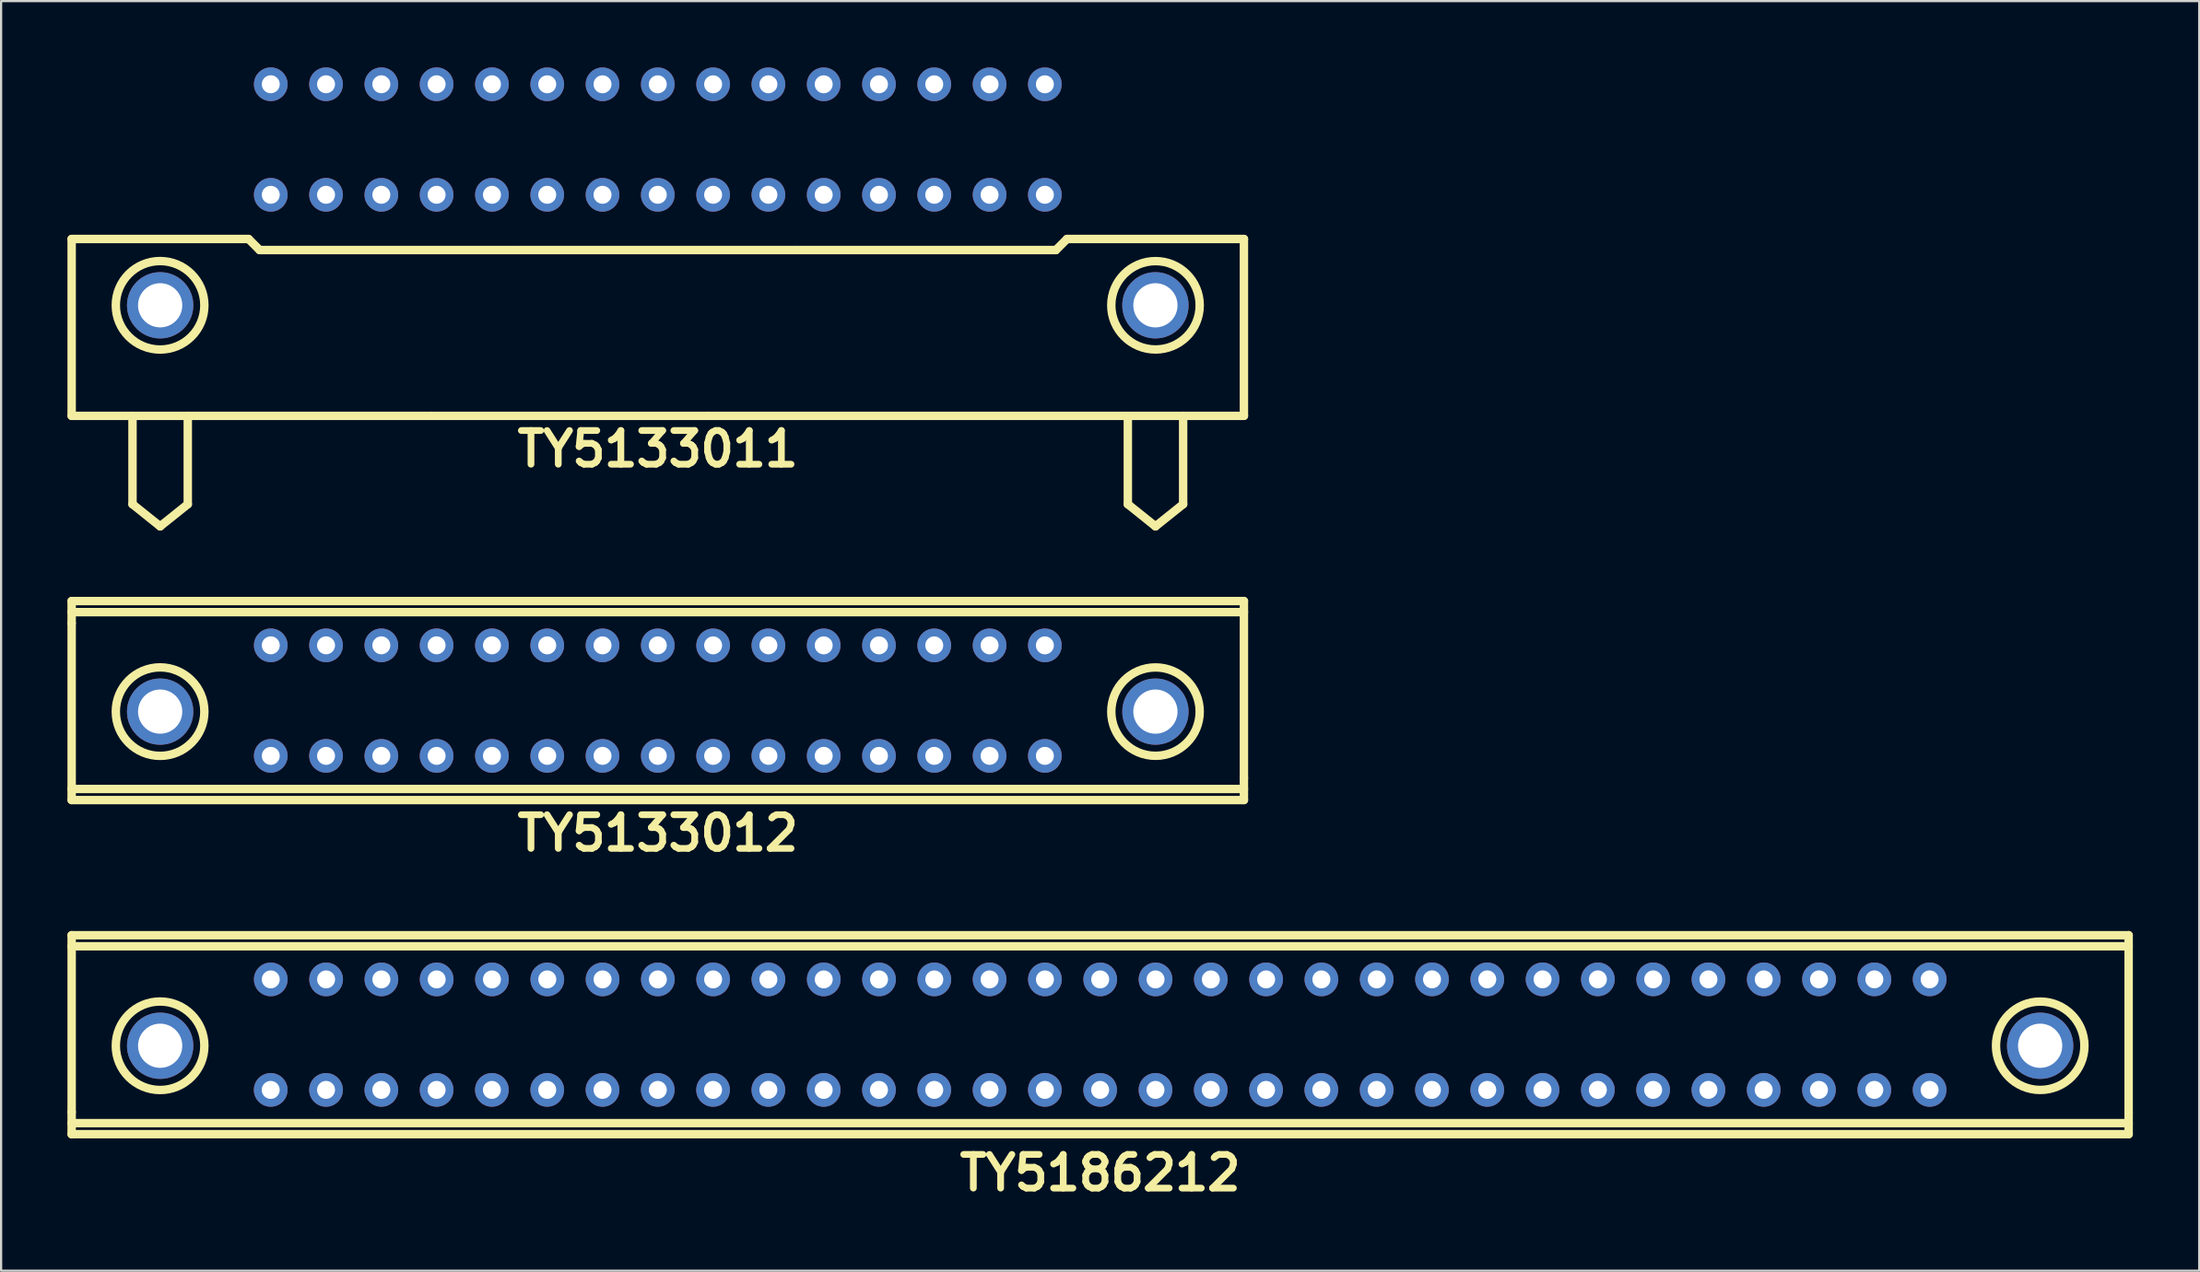
<source format=kicad_pcb>
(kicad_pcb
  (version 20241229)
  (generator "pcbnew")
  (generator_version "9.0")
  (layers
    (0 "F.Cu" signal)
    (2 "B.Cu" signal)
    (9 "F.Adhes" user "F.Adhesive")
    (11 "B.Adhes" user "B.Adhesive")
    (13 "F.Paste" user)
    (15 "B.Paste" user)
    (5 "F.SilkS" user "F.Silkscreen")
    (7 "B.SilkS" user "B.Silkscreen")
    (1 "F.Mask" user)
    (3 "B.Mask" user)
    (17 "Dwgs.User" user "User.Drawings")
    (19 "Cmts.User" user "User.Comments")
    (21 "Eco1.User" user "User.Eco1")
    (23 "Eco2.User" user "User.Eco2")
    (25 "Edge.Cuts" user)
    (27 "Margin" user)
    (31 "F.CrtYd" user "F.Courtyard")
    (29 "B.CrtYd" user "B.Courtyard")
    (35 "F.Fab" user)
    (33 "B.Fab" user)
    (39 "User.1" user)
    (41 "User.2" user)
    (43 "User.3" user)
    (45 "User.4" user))
  (footprint "TY5133011"
    (layer "F.Cu")
    (at 26.69 7.762)
    (property "Reference" "TY5133011" (at 0 9.5 0) (layer "F.SilkS") (effects (font (size 1.524 1.524) (thickness 0.305))))
    (attr through_hole)
    (fp_line (start -26.5 0) (end -18.501 0) (stroke (width 0.381) (type solid)) (layer "F.SilkS"))
    (fp_line (start -26.5 8.001) (end -26.5 0) (stroke (width 0.381) (type solid)) (layer "F.SilkS"))
    (fp_line (start -23.749 11.999) (end -23.749 8.001) (stroke (width 0.381) (type solid)) (layer "F.SilkS"))
    (fp_line (start -22.499 13) (end -23.749 11.999) (stroke (width 0.381) (type solid)) (layer "F.SilkS"))
    (fp_line (start -21.25 8.001) (end -21.25 11.999) (stroke (width 0.381) (type solid)) (layer "F.SilkS"))
    (fp_line (start -21.25 11.999) (end -22.499 13) (stroke (width 0.381) (type solid)) (layer "F.SilkS"))
    (fp_line (start -18.501 0) (end -18.001 0.5) (stroke (width 0.381) (type solid)) (layer "F.SilkS"))
    (fp_line (start -18.001 0.5) (end -6.251 0.5) (stroke (width 0.381) (type solid)) (layer "F.SilkS"))
    (fp_line (start -10.249 8.001) (end -26.497 8.001) (stroke (width 0.381) (type solid)) (layer "F.SilkS"))
    (fp_line (start -6.251 0.5) (end 6.251 0.5) (stroke (width 0.381) (type solid)) (layer "F.SilkS"))
    (fp_line (start 2.25 8.001) (end -10.249 8.001) (stroke (width 0.381) (type solid)) (layer "F.SilkS"))
    (fp_line (start 18.001 0.5) (end 6.251 0.5) (stroke (width 0.381) (type solid)) (layer "F.SilkS"))
    (fp_line (start 18.501 0) (end 18.001 0.5) (stroke (width 0.381) (type solid)) (layer "F.SilkS"))
    (fp_line (start 21.252 11.999) (end 21.252 8.001) (stroke (width 0.381) (type solid)) (layer "F.SilkS"))
    (fp_line (start 22.502 13) (end 21.252 11.999) (stroke (width 0.381) (type solid)) (layer "F.SilkS"))
    (fp_line (start 23.752 8.001) (end 23.752 11.999) (stroke (width 0.381) (type solid)) (layer "F.SilkS"))
    (fp_line (start 23.752 11.999) (end 22.502 13) (stroke (width 0.381) (type solid)) (layer "F.SilkS"))
    (fp_line (start 26.5 0) (end 18.501 0) (stroke (width 0.381) (type solid)) (layer "F.SilkS"))
    (fp_line (start 26.5 0) (end 26.5 8.001) (stroke (width 0.381) (type solid)) (layer "F.SilkS"))
    (fp_line (start 26.5 8.001) (end 2.25 8.001) (stroke (width 0.381) (type solid)) (layer "F.SilkS"))
    (fp_circle (center -22.502 3) (end -20.5 3) (stroke (width 0.381) (type solid)) (fill no) (layer "F.SilkS"))
    (fp_circle (center 22.502 3) (end 24.501 3) (stroke (width 0.381) (type solid)) (fill no) (layer "F.SilkS"))
    (pad "" thru_hole circle (at -22.499 3) (size 3 3) (drill 1.999) (layers "*.Cu" "*.Mask"))
    (pad "" thru_hole circle (at 22.499 3) (size 3 3) (drill 1.999) (layers "*.Cu" "*.Mask"))
    (pad "1" thru_hole circle (at 17.501 -1.999) (size 1.524 1.524) (drill 0.813) (layers "*.Cu" "*.Mask"))
    (pad "2" thru_hole circle (at 17.501 -6.998) (size 1.524 1.524) (drill 0.813) (layers "*.Cu" "*.Mask"))
    (pad "3" thru_hole circle (at 15.001 -1.999) (size 1.524 1.524) (drill 0.813) (layers "*.Cu" "*.Mask"))
    (pad "4" thru_hole circle (at 15.001 -6.998) (size 1.524 1.524) (drill 0.813) (layers "*.Cu" "*.Mask"))
    (pad "5" thru_hole circle (at 12.499 -1.999) (size 1.524 1.524) (drill 0.813) (layers "*.Cu" "*.Mask"))
    (pad "6" thru_hole circle (at 12.499 -6.998) (size 1.524 1.524) (drill 0.813) (layers "*.Cu" "*.Mask"))
    (pad "7" thru_hole circle (at 10 -1.999) (size 1.524 1.524) (drill 0.813) (layers "*.Cu" "*.Mask"))
    (pad "8" thru_hole circle (at 10 -6.998) (size 1.524 1.524) (drill 0.813) (layers "*.Cu" "*.Mask"))
    (pad "9" thru_hole circle (at 7.501 -1.999) (size 1.524 1.524) (drill 0.813) (layers "*.Cu" "*.Mask"))
    (pad "10" thru_hole circle (at 7.501 -6.998) (size 1.524 1.524) (drill 0.813) (layers "*.Cu" "*.Mask"))
    (pad "11" thru_hole circle (at 5.001 -1.999) (size 1.524 1.524) (drill 0.813) (layers "*.Cu" "*.Mask"))
    (pad "12" thru_hole circle (at 5.001 -6.998) (size 1.524 1.524) (drill 0.813) (layers "*.Cu" "*.Mask"))
    (pad "13" thru_hole circle (at 2.502 -1.999) (size 1.524 1.524) (drill 0.813) (layers "*.Cu" "*.Mask"))
    (pad "14" thru_hole circle (at 2.502 -6.998) (size 1.524 1.524) (drill 0.813) (layers "*.Cu" "*.Mask"))
    (pad "15" thru_hole circle (at 0 -1.999) (size 1.524 1.524) (drill 0.813) (layers "*.Cu" "*.Mask"))
    (pad "16" thru_hole circle (at 0 -6.998) (size 1.524 1.524) (drill 0.813) (layers "*.Cu" "*.Mask"))
    (pad "17" thru_hole circle (at -2.499 -1.999) (size 1.524 1.524) (drill 0.813) (layers "*.Cu" "*.Mask"))
    (pad "18" thru_hole circle (at -2.499 -6.998) (size 1.524 1.524) (drill 0.813) (layers "*.Cu" "*.Mask"))
    (pad "19" thru_hole circle (at -4.999 -1.999) (size 1.524 1.524) (drill 0.813) (layers "*.Cu" "*.Mask"))
    (pad "20" thru_hole circle (at -4.999 -6.998) (size 1.524 1.524) (drill 0.813) (layers "*.Cu" "*.Mask"))
    (pad "21" thru_hole circle (at -7.498 -1.999) (size 1.524 1.524) (drill 0.813) (layers "*.Cu" "*.Mask"))
    (pad "22" thru_hole circle (at -7.498 -7) (size 1.524 1.524) (drill 0.813) (layers "*.Cu" "*.Mask"))
    (pad "23" thru_hole circle (at -10 -1.999) (size 1.524 1.524) (drill 0.813) (layers "*.Cu" "*.Mask"))
    (pad "24" thru_hole circle (at -10 -7) (size 1.524 1.524) (drill 0.813) (layers "*.Cu" "*.Mask"))
    (pad "25" thru_hole circle (at -12.499 -1.999) (size 1.524 1.524) (drill 0.813) (layers "*.Cu" "*.Mask"))
    (pad "26" thru_hole circle (at -12.499 -7) (size 1.524 1.524) (drill 0.813) (layers "*.Cu" "*.Mask"))
    (pad "27" thru_hole circle (at -14.999 -1.999) (size 1.524 1.524) (drill 0.813) (layers "*.Cu" "*.Mask"))
    (pad "28" thru_hole circle (at -14.999 -7) (size 1.524 1.524) (drill 0.813) (layers "*.Cu" "*.Mask"))
    (pad "29" thru_hole circle (at -17.498 -1.999) (size 1.524 1.524) (drill 0.813) (layers "*.Cu" "*.Mask"))
    (pad "30" thru_hole circle (at -17.498 -7) (size 1.524 1.524) (drill 0.813) (layers "*.Cu" "*.Mask")))
  (footprint "TY5133012"
    (layer "F.Cu")
    (at 26.69 28.644)
    (property "Reference" "TY5133012" (at 0 5.999 0) (layer "F.SilkS") (effects (font (size 1.524 1.524) (thickness 0.305))))
    (attr through_hole)
    (fp_line (start -26.5 -4.501) (end 26.5 -4.501) (stroke (width 0.381) (type solid)) (layer "F.SilkS"))
    (fp_line (start -26.5 -4) (end 26.5 -4) (stroke (width 0.381) (type solid)) (layer "F.SilkS"))
    (fp_line (start -26.5 -3.5) (end -26.5 -4.501) (stroke (width 0.381) (type solid)) (layer "F.SilkS"))
    (fp_line (start -26.5 4) (end 26.5 4) (stroke (width 0.381) (type solid)) (layer "F.SilkS"))
    (fp_line (start -26.5 4.501) (end -26.5 -3.5) (stroke (width 0.381) (type solid)) (layer "F.SilkS"))
    (fp_line (start 26.5 -4.501) (end 26.5 3.5) (stroke (width 0.381) (type solid)) (layer "F.SilkS"))
    (fp_line (start 26.5 3.5) (end 26.5 4.501) (stroke (width 0.381) (type solid)) (layer "F.SilkS"))
    (fp_line (start 26.5 4.501) (end -26.5 4.501) (stroke (width 0.381) (type solid)) (layer "F.SilkS"))
    (fp_circle (center -22.502 0.5) (end -20.5 0.5) (stroke (width 0.381) (type solid)) (fill no) (layer "F.SilkS"))
    (fp_circle (center 22.502 0.5) (end 24.501 0.5) (stroke (width 0.381) (type solid)) (fill no) (layer "F.SilkS"))
    (pad "" thru_hole circle (at -22.499 0.5) (size 3 3) (drill 1.999) (layers "*.Cu" "*.Mask"))
    (pad "" thru_hole circle (at 22.499 0.5) (size 3 3) (drill 1.999) (layers "*.Cu" "*.Mask"))
    (pad "1" thru_hole circle (at 17.501 2.502) (size 1.524 1.524) (drill 0.813) (layers "*.Cu" "*.Mask"))
    (pad "2" thru_hole circle (at 17.501 -2.497) (size 1.524 1.524) (drill 0.813) (layers "*.Cu" "*.Mask"))
    (pad "3" thru_hole circle (at 15.001 2.502) (size 1.524 1.524) (drill 0.813) (layers "*.Cu" "*.Mask"))
    (pad "4" thru_hole circle (at 15.001 -2.497) (size 1.524 1.524) (drill 0.813) (layers "*.Cu" "*.Mask"))
    (pad "5" thru_hole circle (at 12.499 2.502) (size 1.524 1.524) (drill 0.813) (layers "*.Cu" "*.Mask"))
    (pad "6" thru_hole circle (at 12.499 -2.497) (size 1.524 1.524) (drill 0.813) (layers "*.Cu" "*.Mask"))
    (pad "7" thru_hole circle (at 10 2.502) (size 1.524 1.524) (drill 0.813) (layers "*.Cu" "*.Mask"))
    (pad "8" thru_hole circle (at 10 -2.497) (size 1.524 1.524) (drill 0.813) (layers "*.Cu" "*.Mask"))
    (pad "9" thru_hole circle (at 7.501 2.502) (size 1.524 1.524) (drill 0.813) (layers "*.Cu" "*.Mask"))
    (pad "10" thru_hole circle (at 7.501 -2.497) (size 1.524 1.524) (drill 0.813) (layers "*.Cu" "*.Mask"))
    (pad "11" thru_hole circle (at 5.001 2.502) (size 1.524 1.524) (drill 0.813) (layers "*.Cu" "*.Mask"))
    (pad "12" thru_hole circle (at 5.001 -2.497) (size 1.524 1.524) (drill 0.813) (layers "*.Cu" "*.Mask"))
    (pad "13" thru_hole circle (at 2.502 2.502) (size 1.524 1.524) (drill 0.813) (layers "*.Cu" "*.Mask"))
    (pad "14" thru_hole circle (at 2.502 -2.497) (size 1.524 1.524) (drill 0.813) (layers "*.Cu" "*.Mask"))
    (pad "15" thru_hole circle (at 0 2.502) (size 1.524 1.524) (drill 0.813) (layers "*.Cu" "*.Mask"))
    (pad "16" thru_hole circle (at 0 -2.497) (size 1.524 1.524) (drill 0.813) (layers "*.Cu" "*.Mask"))
    (pad "17" thru_hole circle (at -2.499 2.502) (size 1.524 1.524) (drill 0.813) (layers "*.Cu" "*.Mask"))
    (pad "18" thru_hole circle (at -2.499 -2.497) (size 1.524 1.524) (drill 0.813) (layers "*.Cu" "*.Mask"))
    (pad "19" thru_hole circle (at -4.999 2.502) (size 1.524 1.524) (drill 0.813) (layers "*.Cu" "*.Mask"))
    (pad "20" thru_hole circle (at -4.999 -2.497) (size 1.524 1.524) (drill 0.813) (layers "*.Cu" "*.Mask"))
    (pad "21" thru_hole circle (at -7.498 2.502) (size 1.524 1.524) (drill 0.813) (layers "*.Cu" "*.Mask"))
    (pad "22" thru_hole circle (at -7.498 -2.499) (size 1.524 1.524) (drill 0.813) (layers "*.Cu" "*.Mask"))
    (pad "23" thru_hole circle (at -10 2.502) (size 1.524 1.524) (drill 0.813) (layers "*.Cu" "*.Mask"))
    (pad "24" thru_hole circle (at -10 -2.499) (size 1.524 1.524) (drill 0.813) (layers "*.Cu" "*.Mask"))
    (pad "25" thru_hole circle (at -12.499 2.502) (size 1.524 1.524) (drill 0.813) (layers "*.Cu" "*.Mask"))
    (pad "26" thru_hole circle (at -12.499 -2.499) (size 1.524 1.524) (drill 0.813) (layers "*.Cu" "*.Mask"))
    (pad "27" thru_hole circle (at -14.999 2.502) (size 1.524 1.524) (drill 0.813) (layers "*.Cu" "*.Mask"))
    (pad "28" thru_hole circle (at -14.999 -2.499) (size 1.524 1.524) (drill 0.813) (layers "*.Cu" "*.Mask"))
    (pad "29" thru_hole circle (at -17.498 2.502) (size 1.524 1.524) (drill 0.813) (layers "*.Cu" "*.Mask"))
    (pad "30" thru_hole circle (at -17.498 -2.499) (size 1.524 1.524) (drill 0.813) (layers "*.Cu" "*.Mask")))
  (footprint "TY5186212"
    (layer "F.Cu")
    (at 46.69 43.761)
    (property "Reference" "TY5186212" (at 0 6.251 0) (layer "F.SilkS") (effects (font (size 1.524 1.524) (thickness 0.305))))
    (attr through_hole)
    (fp_line (start -46.5 -4.501) (end 46.5 -4.501) (stroke (width 0.381) (type solid)) (layer "F.SilkS"))
    (fp_line (start -46.5 -4) (end 46.5 -4) (stroke (width 0.381) (type solid)) (layer "F.SilkS"))
    (fp_line (start -46.5 3.5) (end -46.5 -4.501) (stroke (width 0.381) (type solid)) (layer "F.SilkS"))
    (fp_line (start -46.5 4.501) (end -46.5 3.5) (stroke (width 0.381) (type solid)) (layer "F.SilkS"))
    (fp_line (start 46.5 -4.501) (end 46.5 3.5) (stroke (width 0.381) (type solid)) (layer "F.SilkS"))
    (fp_line (start 46.5 3.5) (end 46.5 4.501) (stroke (width 0.381) (type solid)) (layer "F.SilkS"))
    (fp_line (start 46.5 4) (end -46.5 4) (stroke (width 0.381) (type solid)) (layer "F.SilkS"))
    (fp_line (start 46.5 4.501) (end -46.5 4.501) (stroke (width 0.381) (type solid)) (layer "F.SilkS"))
    (fp_circle (center -42.502 0.5) (end -40.5 0.5) (stroke (width 0.381) (type solid)) (fill no) (layer "F.SilkS"))
    (fp_circle (center 42.502 0.5) (end 44.501 0.5) (stroke (width 0.381) (type solid)) (fill no) (layer "F.SilkS"))
    (pad "" thru_hole circle (at -42.499 0.5) (size 3 3) (drill 1.999) (layers "*.Cu" "*.Mask"))
    (pad "" thru_hole circle (at 42.499 0.5) (size 3 3) (drill 1.999) (layers "*.Cu" "*.Mask"))
    (pad "1" thru_hole circle (at 37.501 2.497 180) (size 1.524 1.524) (drill 0.813) (layers "*.Cu" "*.Mask"))
    (pad "2" thru_hole circle (at 37.503 -2.504 180) (size 1.524 1.524) (drill 0.813) (layers "*.Cu" "*.Mask"))
    (pad "3" thru_hole circle (at 35.001 2.497 180) (size 1.524 1.524) (drill 0.813) (layers "*.Cu" "*.Mask"))
    (pad "4" thru_hole circle (at 35.004 -2.504 180) (size 1.524 1.524) (drill 0.813) (layers "*.Cu" "*.Mask"))
    (pad "5" thru_hole circle (at 32.499 2.497 180) (size 1.524 1.524) (drill 0.813) (layers "*.Cu" "*.Mask"))
    (pad "6" thru_hole circle (at 32.502 -2.504 180) (size 1.524 1.524) (drill 0.813) (layers "*.Cu" "*.Mask"))
    (pad "7" thru_hole circle (at 30 2.497 180) (size 1.524 1.524) (drill 0.813) (layers "*.Cu" "*.Mask"))
    (pad "8" thru_hole circle (at 30.002 -2.504 180) (size 1.524 1.524) (drill 0.813) (layers "*.Cu" "*.Mask"))
    (pad "9" thru_hole circle (at 27.501 2.497 180) (size 1.524 1.524) (drill 0.813) (layers "*.Cu" "*.Mask"))
    (pad "10" thru_hole circle (at 27.503 -2.504 180) (size 1.524 1.524) (drill 0.813) (layers "*.Cu" "*.Mask"))
    (pad "11" thru_hole circle (at 25.001 2.497 180) (size 1.524 1.524) (drill 0.813) (layers "*.Cu" "*.Mask"))
    (pad "12" thru_hole circle (at 25.004 -2.504 180) (size 1.524 1.524) (drill 0.813) (layers "*.Cu" "*.Mask"))
    (pad "13" thru_hole circle (at 22.502 2.497 180) (size 1.524 1.524) (drill 0.813) (layers "*.Cu" "*.Mask"))
    (pad "14" thru_hole circle (at 22.504 -2.504 180) (size 1.524 1.524) (drill 0.813) (layers "*.Cu" "*.Mask"))
    (pad "15" thru_hole circle (at 20 2.497 180) (size 1.524 1.524) (drill 0.813) (layers "*.Cu" "*.Mask"))
    (pad "16" thru_hole circle (at 20.003 -2.504 180) (size 1.524 1.524) (drill 0.813) (layers "*.Cu" "*.Mask"))
    (pad "17" thru_hole circle (at 17.501 2.497 180) (size 1.524 1.524) (drill 0.813) (layers "*.Cu" "*.Mask"))
    (pad "18" thru_hole circle (at 17.503 -2.504 180) (size 1.524 1.524) (drill 0.813) (layers "*.Cu" "*.Mask"))
    (pad "19" thru_hole circle (at 15.001 2.497 180) (size 1.524 1.524) (drill 0.813) (layers "*.Cu" "*.Mask"))
    (pad "20" thru_hole circle (at 15.004 -2.504 180) (size 1.524 1.524) (drill 0.813) (layers "*.Cu" "*.Mask"))
    (pad "21" thru_hole circle (at 12.502 2.497 180) (size 1.524 1.524) (drill 0.813) (layers "*.Cu" "*.Mask"))
    (pad "22" thru_hole circle (at 12.504 -2.502 180) (size 1.524 1.524) (drill 0.813) (layers "*.Cu" "*.Mask"))
    (pad "23" thru_hole circle (at 10 2.497 180) (size 1.524 1.524) (drill 0.813) (layers "*.Cu" "*.Mask"))
    (pad "24" thru_hole circle (at 10.003 -2.502 180) (size 1.524 1.524) (drill 0.813) (layers "*.Cu" "*.Mask"))
    (pad "25" thru_hole circle (at 7.501 2.497 180) (size 1.524 1.524) (drill 0.813) (layers "*.Cu" "*.Mask"))
    (pad "26" thru_hole circle (at 7.503 -2.502 180) (size 1.524 1.524) (drill 0.813) (layers "*.Cu" "*.Mask"))
    (pad "27" thru_hole circle (at 5.001 2.497 180) (size 1.524 1.524) (drill 0.813) (layers "*.Cu" "*.Mask"))
    (pad "28" thru_hole circle (at 5.004 -2.502 180) (size 1.524 1.524) (drill 0.813) (layers "*.Cu" "*.Mask"))
    (pad "29" thru_hole circle (at 2.502 2.497 180) (size 1.524 1.524) (drill 0.813) (layers "*.Cu" "*.Mask"))
    (pad "30" thru_hole circle (at 2.504 -2.502 180) (size 1.524 1.524) (drill 0.813) (layers "*.Cu" "*.Mask"))
    (pad "31" thru_hole circle (at 0 2.497 180) (size 1.524 1.524) (drill 0.813) (layers "*.Cu" "*.Mask"))
    (pad "32" thru_hole circle (at 0.003 -2.502 180) (size 1.524 1.524) (drill 0.813) (layers "*.Cu" "*.Mask"))
    (pad "33" thru_hole circle (at -2.499 2.497 180) (size 1.524 1.524) (drill 0.813) (layers "*.Cu" "*.Mask"))
    (pad "34" thru_hole circle (at -2.497 -2.502 180) (size 1.524 1.524) (drill 0.813) (layers "*.Cu" "*.Mask"))
    (pad "35" thru_hole circle (at -5.001 2.497 180) (size 1.524 1.524) (drill 0.813) (layers "*.Cu" "*.Mask"))
    (pad "36" thru_hole circle (at -4.999 -2.502 180) (size 1.524 1.524) (drill 0.813) (layers "*.Cu" "*.Mask"))
    (pad "37" thru_hole circle (at -7.501 2.497 180) (size 1.524 1.524) (drill 0.813) (layers "*.Cu" "*.Mask"))
    (pad "38" thru_hole circle (at -7.498 -2.502 180) (size 1.524 1.524) (drill 0.813) (layers "*.Cu" "*.Mask"))
    (pad "39" thru_hole circle (at -10 2.497 180) (size 1.524 1.524) (drill 0.813) (layers "*.Cu" "*.Mask"))
    (pad "40" thru_hole circle (at -9.997 -2.502 180) (size 1.524 1.524) (drill 0.813) (layers "*.Cu" "*.Mask"))
    (pad "41" thru_hole circle (at -12.499 2.497 180) (size 1.524 1.524) (drill 0.813) (layers "*.Cu" "*.Mask"))
    (pad "42" thru_hole circle (at -12.497 -2.502 180) (size 1.524 1.524) (drill 0.813) (layers "*.Cu" "*.Mask"))
    (pad "43" thru_hole circle (at -15.001 2.497 180) (size 1.524 1.524) (drill 0.813) (layers "*.Cu" "*.Mask"))
    (pad "44" thru_hole circle (at -14.999 -2.502 180) (size 1.524 1.524) (drill 0.813) (layers "*.Cu" "*.Mask"))
    (pad "45" thru_hole circle (at -17.501 2.497 180) (size 1.524 1.524) (drill 0.813) (layers "*.Cu" "*.Mask"))
    (pad "46" thru_hole circle (at -17.498 -2.502 180) (size 1.524 1.524) (drill 0.813) (layers "*.Cu" "*.Mask"))
    (pad "47" thru_hole circle (at -20 2.497 180) (size 1.524 1.524) (drill 0.813) (layers "*.Cu" "*.Mask"))
    (pad "48" thru_hole circle (at -19.997 -2.502 180) (size 1.524 1.524) (drill 0.813) (layers "*.Cu" "*.Mask"))
    (pad "49" thru_hole circle (at -22.499 2.497 180) (size 1.524 1.524) (drill 0.813) (layers "*.Cu" "*.Mask"))
    (pad "50" thru_hole circle (at -22.497 -2.502 180) (size 1.524 1.524) (drill 0.813) (layers "*.Cu" "*.Mask"))
    (pad "51" thru_hole circle (at -24.999 2.497 180) (size 1.524 1.524) (drill 0.813) (layers "*.Cu" "*.Mask"))
    (pad "52" thru_hole circle (at -24.996 -2.502 180) (size 1.524 1.524) (drill 0.813) (layers "*.Cu" "*.Mask"))
    (pad "53" thru_hole circle (at -27.501 2.497 180) (size 1.524 1.524) (drill 0.813) (layers "*.Cu" "*.Mask"))
    (pad "54" thru_hole circle (at -27.498 -2.502 180) (size 1.524 1.524) (drill 0.813) (layers "*.Cu" "*.Mask"))
    (pad "55" thru_hole circle (at -30 2.497 180) (size 1.524 1.524) (drill 0.813) (layers "*.Cu" "*.Mask"))
    (pad "56" thru_hole circle (at -29.997 -2.502 180) (size 1.524 1.524) (drill 0.813) (layers "*.Cu" "*.Mask"))
    (pad "57" thru_hole circle (at -32.499 2.497 180) (size 1.524 1.524) (drill 0.813) (layers "*.Cu" "*.Mask"))
    (pad "58" thru_hole circle (at -32.497 -2.502 180) (size 1.524 1.524) (drill 0.813) (layers "*.Cu" "*.Mask"))
    (pad "59" thru_hole circle (at -34.999 2.497 180) (size 1.524 1.524) (drill 0.813) (layers "*.Cu" "*.Mask"))
    (pad "60" thru_hole circle (at -34.996 -2.502 180) (size 1.524 1.524) (drill 0.813) (layers "*.Cu" "*.Mask"))
    (pad "61" thru_hole circle (at -37.501 2.497 180) (size 1.524 1.524) (drill 0.813) (layers "*.Cu" "*.Mask"))
    (pad "62" thru_hole circle (at -37.498 -2.502 180) (size 1.524 1.524) (drill 0.813) (layers "*.Cu" "*.Mask")))
  (gr_rect
    (start -3 -3)
    (end 96.381 54.439)
    (stroke (width 0.1) (type default))
    (fill no)
    (layer "Edge.Cuts")))
</source>
